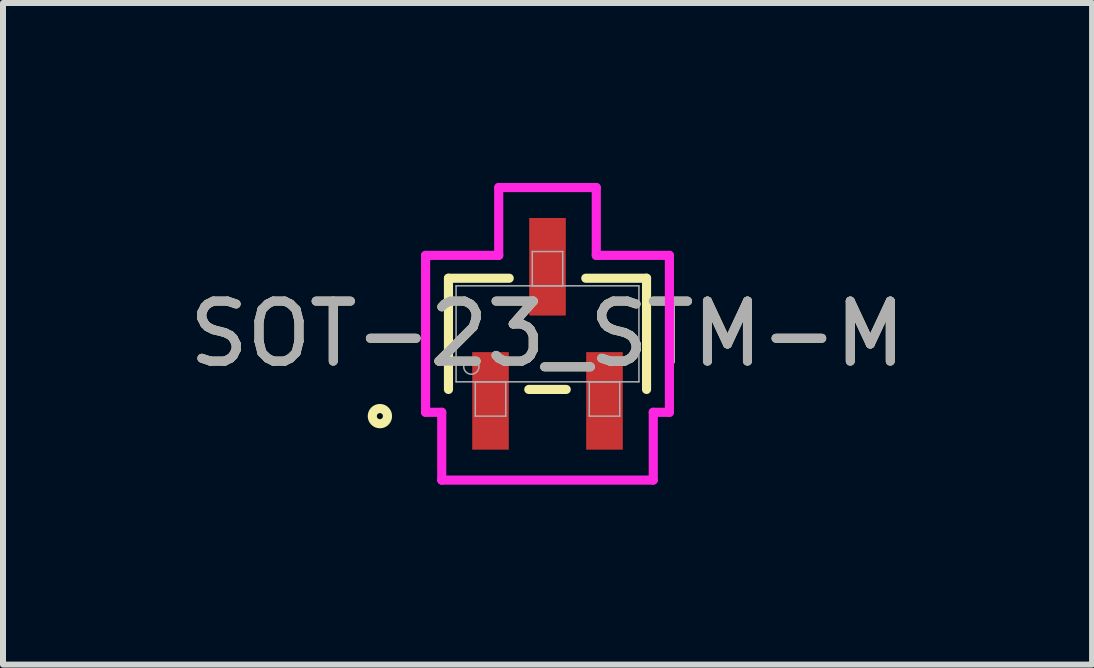
<source format=kicad_pcb>
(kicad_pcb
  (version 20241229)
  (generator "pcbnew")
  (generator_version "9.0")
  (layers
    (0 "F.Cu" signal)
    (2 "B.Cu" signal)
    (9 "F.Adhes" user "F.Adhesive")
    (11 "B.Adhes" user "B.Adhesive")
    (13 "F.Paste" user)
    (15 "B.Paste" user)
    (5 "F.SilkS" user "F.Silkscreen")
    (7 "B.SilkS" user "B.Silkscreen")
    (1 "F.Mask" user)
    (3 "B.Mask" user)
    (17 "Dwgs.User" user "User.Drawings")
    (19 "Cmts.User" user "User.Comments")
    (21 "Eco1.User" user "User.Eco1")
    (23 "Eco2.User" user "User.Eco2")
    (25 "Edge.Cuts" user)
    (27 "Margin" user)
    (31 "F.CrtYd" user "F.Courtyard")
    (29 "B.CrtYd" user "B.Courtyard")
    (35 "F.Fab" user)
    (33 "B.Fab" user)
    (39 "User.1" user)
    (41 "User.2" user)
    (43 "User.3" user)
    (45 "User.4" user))
  (footprint "SOT-23_STM-M"
    (layer "F.Cu")
    (at 6.077 2.515)
    (property "Reference" "SOT-23_STM-M" (at 0 0 0) (unlocked yes) (layer "F.SilkS") (effects (font (size 1 1) (thickness 0.15))))
    (attr smd)
    (fp_line (start -1.651 -0.927) (end -1.651 0.927) (stroke (width 0.152) (type solid)) (layer "F.SilkS"))
    (fp_line (start -0.638 -0.927) (end -1.651 -0.927) (stroke (width 0.152) (type solid)) (layer "F.SilkS"))
    (fp_line (start -0.312 0.927) (end 0.312 0.927) (stroke (width 0.152) (type solid)) (layer "F.SilkS"))
    (fp_line (start 1.651 -0.927) (end 0.638 -0.927) (stroke (width 0.152) (type solid)) (layer "F.SilkS"))
    (fp_line (start 1.651 0.927) (end 1.651 -0.927) (stroke (width 0.152) (type solid)) (layer "F.SilkS"))
    (fp_circle (center -2.794 1.372) (end -2.667 1.372) (stroke (width 0.152) (type solid)) (fill no) (layer "F.SilkS"))
    (fp_line (start -2.032 -1.308) (end -0.813 -1.308) (stroke (width 0.152) (type solid)) (layer "F.CrtYd"))
    (fp_line (start -2.032 1.308) (end -2.032 -1.308) (stroke (width 0.152) (type solid)) (layer "F.CrtYd"))
    (fp_line (start -2.032 1.308) (end -1.763 1.308) (stroke (width 0.152) (type solid)) (layer "F.CrtYd"))
    (fp_line (start -1.763 1.308) (end -1.763 2.438) (stroke (width 0.152) (type solid)) (layer "F.CrtYd"))
    (fp_line (start -1.763 2.438) (end 1.763 2.438) (stroke (width 0.152) (type solid)) (layer "F.CrtYd"))
    (fp_line (start -0.813 -2.438) (end 0.813 -2.438) (stroke (width 0.152) (type solid)) (layer "F.CrtYd"))
    (fp_line (start -0.813 -1.308) (end -0.813 -2.438) (stroke (width 0.152) (type solid)) (layer "F.CrtYd"))
    (fp_line (start 0.813 -1.308) (end 0.813 -2.438) (stroke (width 0.152) (type solid)) (layer "F.CrtYd"))
    (fp_line (start 1.763 1.308) (end 1.763 2.438) (stroke (width 0.152) (type solid)) (layer "F.CrtYd"))
    (fp_line (start 2.032 -1.308) (end 0.813 -1.308) (stroke (width 0.152) (type solid)) (layer "F.CrtYd"))
    (fp_line (start 2.032 -1.308) (end 2.032 1.308) (stroke (width 0.152) (type solid)) (layer "F.CrtYd"))
    (fp_line (start 2.032 1.308) (end 1.763 1.308) (stroke (width 0.152) (type solid)) (layer "F.CrtYd"))
    (fp_line (start -1.524 -0.8) (end -1.524 0.8) (stroke (width 0.025) (type solid)) (layer "F.Fab"))
    (fp_line (start -1.524 0.8) (end 1.524 0.8) (stroke (width 0.025) (type solid)) (layer "F.Fab"))
    (fp_line (start -1.204 0.8) (end -1.204 1.372) (stroke (width 0.025) (type solid)) (layer "F.Fab"))
    (fp_line (start -1.204 1.372) (end -0.696 1.372) (stroke (width 0.025) (type solid)) (layer "F.Fab"))
    (fp_line (start -0.696 0.8) (end -1.204 0.8) (stroke (width 0.025) (type solid)) (layer "F.Fab"))
    (fp_line (start -0.696 1.372) (end -0.696 0.8) (stroke (width 0.025) (type solid)) (layer "F.Fab"))
    (fp_line (start -0.254 -1.372) (end -0.254 -0.8) (stroke (width 0.025) (type solid)) (layer "F.Fab"))
    (fp_line (start -0.254 -0.8) (end 0.254 -0.8) (stroke (width 0.025) (type solid)) (layer "F.Fab"))
    (fp_line (start 0.254 -1.372) (end -0.254 -1.372) (stroke (width 0.025) (type solid)) (layer "F.Fab"))
    (fp_line (start 0.254 -0.8) (end 0.254 -1.372) (stroke (width 0.025) (type solid)) (layer "F.Fab"))
    (fp_line (start 0.696 0.8) (end 0.696 1.372) (stroke (width 0.025) (type solid)) (layer "F.Fab"))
    (fp_line (start 0.696 1.372) (end 1.204 1.372) (stroke (width 0.025) (type solid)) (layer "F.Fab"))
    (fp_line (start 1.204 0.8) (end 0.696 0.8) (stroke (width 0.025) (type solid)) (layer "F.Fab"))
    (fp_line (start 1.204 1.372) (end 1.204 0.8) (stroke (width 0.025) (type solid)) (layer "F.Fab"))
    (fp_line (start 1.524 -0.8) (end -1.524 -0.8) (stroke (width 0.025) (type solid)) (layer "F.Fab"))
    (fp_line (start 1.524 0.8) (end 1.524 -0.8) (stroke (width 0.025) (type solid)) (layer "F.Fab"))
    (fp_circle (center -1.27 0.546) (end -1.143 0.546) (stroke (width 0.025) (type solid)) (fill no) (layer "F.Fab"))
    (fp_text user "${REFERENCE}" (at 0 0 0) (unlocked yes) (layer "F.Fab") (effects (font (size 1 1) (thickness 0.15))))
    (pad "1" smd rect (at -0.95 1.118) (size 0.61 1.626) (layers "F.Cu" "F.Mask" "F.Paste"))
    (pad "2" smd rect (at 0.95 1.118) (size 0.61 1.626) (layers "F.Cu" "F.Mask" "F.Paste"))
    (pad "3" smd rect (at 0 -1.118) (size 0.61 1.626) (layers "F.Cu" "F.Mask" "F.Paste")))
  (gr_rect
    (start -3 -3)
    (end 15.155 8.029)
    (stroke (width 0.1) (type default))
    (fill no)
    (layer "Edge.Cuts")))
</source>
